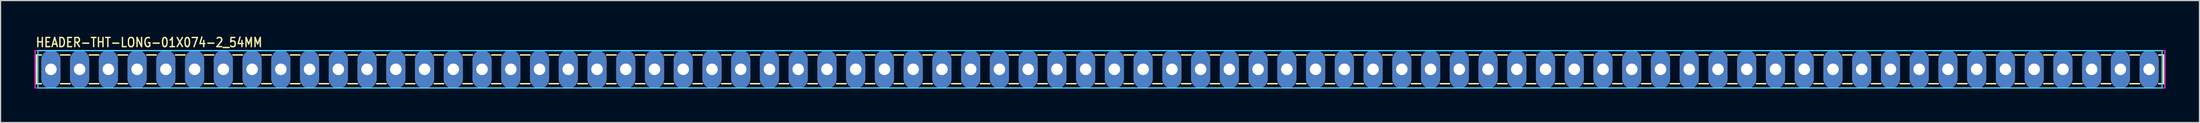
<source format=kicad_pcb>
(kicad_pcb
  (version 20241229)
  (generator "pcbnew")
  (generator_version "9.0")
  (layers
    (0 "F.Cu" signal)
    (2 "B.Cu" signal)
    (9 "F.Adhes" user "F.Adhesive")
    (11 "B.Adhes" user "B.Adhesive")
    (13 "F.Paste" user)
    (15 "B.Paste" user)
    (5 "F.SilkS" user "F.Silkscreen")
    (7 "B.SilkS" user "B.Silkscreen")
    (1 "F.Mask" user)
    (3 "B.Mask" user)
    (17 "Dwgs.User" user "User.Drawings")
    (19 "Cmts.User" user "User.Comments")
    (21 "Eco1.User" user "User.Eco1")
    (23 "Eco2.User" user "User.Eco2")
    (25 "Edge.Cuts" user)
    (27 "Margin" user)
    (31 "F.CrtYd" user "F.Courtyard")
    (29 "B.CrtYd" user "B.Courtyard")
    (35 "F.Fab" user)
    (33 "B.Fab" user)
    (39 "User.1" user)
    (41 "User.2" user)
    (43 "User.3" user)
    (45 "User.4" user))
  (footprint "HEADER-THT-LONG-01X074-2_54MM"
    (layer "F.Cu")
    (at 1.447 3.079)
    (property "Reference" "HEADER-THT-LONG-01X074-2_54MM" (at -1.4 -1.9 0) (unlocked yes) (layer "F.SilkS") (effects (font (size 0.813 0.695) (thickness 0.122)) (justify left bottom)))
    (fp_line (start -1.27 -1.27) (end -1.27 1.27) (stroke (width 0.127) (type solid)) (layer "F.SilkS"))
    (fp_line (start -1.27 1.27) (end -0.85 1.27) (stroke (width 0.127) (type solid)) (layer "F.SilkS"))
    (fp_line (start -0.85 -1.27) (end -1.27 -1.27) (stroke (width 0.127) (type solid)) (layer "F.SilkS"))
    (fp_line (start 0.85 -1.27) (end 1.69 -1.27) (stroke (width 0.127) (type solid)) (layer "F.SilkS"))
    (fp_line (start 0.85 1.27) (end 1.69 1.27) (stroke (width 0.127) (type solid)) (layer "F.SilkS"))
    (fp_line (start 3.39 -1.27) (end 4.23 -1.27) (stroke (width 0.127) (type solid)) (layer "F.SilkS"))
    (fp_line (start 3.39 1.27) (end 4.23 1.27) (stroke (width 0.127) (type solid)) (layer "F.SilkS"))
    (fp_line (start 5.93 -1.27) (end 6.77 -1.27) (stroke (width 0.127) (type solid)) (layer "F.SilkS"))
    (fp_line (start 5.93 1.27) (end 6.77 1.27) (stroke (width 0.127) (type solid)) (layer "F.SilkS"))
    (fp_line (start 8.47 -1.27) (end 9.31 -1.27) (stroke (width 0.127) (type solid)) (layer "F.SilkS"))
    (fp_line (start 8.47 1.27) (end 9.31 1.27) (stroke (width 0.127) (type solid)) (layer "F.SilkS"))
    (fp_line (start 11.01 -1.27) (end 11.85 -1.27) (stroke (width 0.127) (type solid)) (layer "F.SilkS"))
    (fp_line (start 11.01 1.27) (end 11.85 1.27) (stroke (width 0.127) (type solid)) (layer "F.SilkS"))
    (fp_line (start 13.55 -1.27) (end 14.39 -1.27) (stroke (width 0.127) (type solid)) (layer "F.SilkS"))
    (fp_line (start 13.55 1.27) (end 14.39 1.27) (stroke (width 0.127) (type solid)) (layer "F.SilkS"))
    (fp_line (start 16.09 -1.27) (end 16.93 -1.27) (stroke (width 0.127) (type solid)) (layer "F.SilkS"))
    (fp_line (start 16.09 1.27) (end 16.93 1.27) (stroke (width 0.127) (type solid)) (layer "F.SilkS"))
    (fp_line (start 18.63 -1.27) (end 19.47 -1.27) (stroke (width 0.127) (type solid)) (layer "F.SilkS"))
    (fp_line (start 18.63 1.27) (end 19.47 1.27) (stroke (width 0.127) (type solid)) (layer "F.SilkS"))
    (fp_line (start 21.17 -1.27) (end 22.01 -1.27) (stroke (width 0.127) (type solid)) (layer "F.SilkS"))
    (fp_line (start 21.17 1.27) (end 22.01 1.27) (stroke (width 0.127) (type solid)) (layer "F.SilkS"))
    (fp_line (start 23.71 -1.27) (end 24.55 -1.27) (stroke (width 0.127) (type solid)) (layer "F.SilkS"))
    (fp_line (start 23.71 1.27) (end 24.55 1.27) (stroke (width 0.127) (type solid)) (layer "F.SilkS"))
    (fp_line (start 26.25 -1.27) (end 27.09 -1.27) (stroke (width 0.127) (type solid)) (layer "F.SilkS"))
    (fp_line (start 26.25 1.27) (end 27.09 1.27) (stroke (width 0.127) (type solid)) (layer "F.SilkS"))
    (fp_line (start 28.79 -1.27) (end 29.63 -1.27) (stroke (width 0.127) (type solid)) (layer "F.SilkS"))
    (fp_line (start 28.79 1.27) (end 29.63 1.27) (stroke (width 0.127) (type solid)) (layer "F.SilkS"))
    (fp_line (start 31.33 -1.27) (end 32.17 -1.27) (stroke (width 0.127) (type solid)) (layer "F.SilkS"))
    (fp_line (start 31.33 1.27) (end 32.17 1.27) (stroke (width 0.127) (type solid)) (layer "F.SilkS"))
    (fp_line (start 33.87 -1.27) (end 34.71 -1.27) (stroke (width 0.127) (type solid)) (layer "F.SilkS"))
    (fp_line (start 33.87 1.27) (end 34.71 1.27) (stroke (width 0.127) (type solid)) (layer "F.SilkS"))
    (fp_line (start 36.41 -1.27) (end 37.25 -1.27) (stroke (width 0.127) (type solid)) (layer "F.SilkS"))
    (fp_line (start 36.41 1.27) (end 37.25 1.27) (stroke (width 0.127) (type solid)) (layer "F.SilkS"))
    (fp_line (start 38.95 -1.27) (end 39.79 -1.27) (stroke (width 0.127) (type solid)) (layer "F.SilkS"))
    (fp_line (start 38.95 1.27) (end 39.79 1.27) (stroke (width 0.127) (type solid)) (layer "F.SilkS"))
    (fp_line (start 41.49 -1.27) (end 42.33 -1.27) (stroke (width 0.127) (type solid)) (layer "F.SilkS"))
    (fp_line (start 41.49 1.27) (end 42.33 1.27) (stroke (width 0.127) (type solid)) (layer "F.SilkS"))
    (fp_line (start 44.03 -1.27) (end 44.87 -1.27) (stroke (width 0.127) (type solid)) (layer "F.SilkS"))
    (fp_line (start 44.03 1.27) (end 44.87 1.27) (stroke (width 0.127) (type solid)) (layer "F.SilkS"))
    (fp_line (start 46.57 -1.27) (end 47.41 -1.27) (stroke (width 0.127) (type solid)) (layer "F.SilkS"))
    (fp_line (start 46.57 1.27) (end 47.41 1.27) (stroke (width 0.127) (type solid)) (layer "F.SilkS"))
    (fp_line (start 49.11 -1.27) (end 49.95 -1.27) (stroke (width 0.127) (type solid)) (layer "F.SilkS"))
    (fp_line (start 49.11 1.27) (end 49.95 1.27) (stroke (width 0.127) (type solid)) (layer "F.SilkS"))
    (fp_line (start 51.65 -1.27) (end 52.49 -1.27) (stroke (width 0.127) (type solid)) (layer "F.SilkS"))
    (fp_line (start 51.65 1.27) (end 52.49 1.27) (stroke (width 0.127) (type solid)) (layer "F.SilkS"))
    (fp_line (start 54.19 -1.27) (end 55.03 -1.27) (stroke (width 0.127) (type solid)) (layer "F.SilkS"))
    (fp_line (start 54.19 1.27) (end 55.03 1.27) (stroke (width 0.127) (type solid)) (layer "F.SilkS"))
    (fp_line (start 56.73 -1.27) (end 57.57 -1.27) (stroke (width 0.127) (type solid)) (layer "F.SilkS"))
    (fp_line (start 56.73 1.27) (end 57.57 1.27) (stroke (width 0.127) (type solid)) (layer "F.SilkS"))
    (fp_line (start 59.27 -1.27) (end 60.11 -1.27) (stroke (width 0.127) (type solid)) (layer "F.SilkS"))
    (fp_line (start 59.27 1.27) (end 60.11 1.27) (stroke (width 0.127) (type solid)) (layer "F.SilkS"))
    (fp_line (start 61.81 -1.27) (end 62.65 -1.27) (stroke (width 0.127) (type solid)) (layer "F.SilkS"))
    (fp_line (start 61.81 1.27) (end 62.65 1.27) (stroke (width 0.127) (type solid)) (layer "F.SilkS"))
    (fp_line (start 64.35 -1.27) (end 65.19 -1.27) (stroke (width 0.127) (type solid)) (layer "F.SilkS"))
    (fp_line (start 64.35 1.27) (end 65.19 1.27) (stroke (width 0.127) (type solid)) (layer "F.SilkS"))
    (fp_line (start 66.89 -1.27) (end 67.73 -1.27) (stroke (width 0.127) (type solid)) (layer "F.SilkS"))
    (fp_line (start 66.89 1.27) (end 67.73 1.27) (stroke (width 0.127) (type solid)) (layer "F.SilkS"))
    (fp_line (start 69.43 -1.27) (end 70.27 -1.27) (stroke (width 0.127) (type solid)) (layer "F.SilkS"))
    (fp_line (start 69.43 1.27) (end 70.27 1.27) (stroke (width 0.127) (type solid)) (layer "F.SilkS"))
    (fp_line (start 71.97 -1.27) (end 72.81 -1.27) (stroke (width 0.127) (type solid)) (layer "F.SilkS"))
    (fp_line (start 71.97 1.27) (end 72.81 1.27) (stroke (width 0.127) (type solid)) (layer "F.SilkS"))
    (fp_line (start 74.51 -1.27) (end 75.35 -1.27) (stroke (width 0.127) (type solid)) (layer "F.SilkS"))
    (fp_line (start 74.51 1.27) (end 75.35 1.27) (stroke (width 0.127) (type solid)) (layer "F.SilkS"))
    (fp_line (start 77.05 -1.27) (end 77.89 -1.27) (stroke (width 0.127) (type solid)) (layer "F.SilkS"))
    (fp_line (start 77.05 1.27) (end 77.89 1.27) (stroke (width 0.127) (type solid)) (layer "F.SilkS"))
    (fp_line (start 79.59 -1.27) (end 80.43 -1.27) (stroke (width 0.127) (type solid)) (layer "F.SilkS"))
    (fp_line (start 79.59 1.27) (end 80.43 1.27) (stroke (width 0.127) (type solid)) (layer "F.SilkS"))
    (fp_line (start 82.13 -1.27) (end 82.97 -1.27) (stroke (width 0.127) (type solid)) (layer "F.SilkS"))
    (fp_line (start 82.13 1.27) (end 82.97 1.27) (stroke (width 0.127) (type solid)) (layer "F.SilkS"))
    (fp_line (start 84.67 -1.27) (end 85.51 -1.27) (stroke (width 0.127) (type solid)) (layer "F.SilkS"))
    (fp_line (start 84.67 1.27) (end 85.51 1.27) (stroke (width 0.127) (type solid)) (layer "F.SilkS"))
    (fp_line (start 87.21 -1.27) (end 88.05 -1.27) (stroke (width 0.127) (type solid)) (layer "F.SilkS"))
    (fp_line (start 87.21 1.27) (end 88.05 1.27) (stroke (width 0.127) (type solid)) (layer "F.SilkS"))
    (fp_line (start 89.75 -1.27) (end 90.59 -1.27) (stroke (width 0.127) (type solid)) (layer "F.SilkS"))
    (fp_line (start 89.75 1.27) (end 90.59 1.27) (stroke (width 0.127) (type solid)) (layer "F.SilkS"))
    (fp_line (start 92.29 -1.27) (end 93.13 -1.27) (stroke (width 0.127) (type solid)) (layer "F.SilkS"))
    (fp_line (start 92.29 1.27) (end 93.13 1.27) (stroke (width 0.127) (type solid)) (layer "F.SilkS"))
    (fp_line (start 94.83 -1.27) (end 95.67 -1.27) (stroke (width 0.127) (type solid)) (layer "F.SilkS"))
    (fp_line (start 94.83 1.27) (end 95.67 1.27) (stroke (width 0.127) (type solid)) (layer "F.SilkS"))
    (fp_line (start 97.37 -1.27) (end 98.21 -1.27) (stroke (width 0.127) (type solid)) (layer "F.SilkS"))
    (fp_line (start 97.37 1.27) (end 98.21 1.27) (stroke (width 0.127) (type solid)) (layer "F.SilkS"))
    (fp_line (start 99.91 -1.27) (end 100.75 -1.27) (stroke (width 0.127) (type solid)) (layer "F.SilkS"))
    (fp_line (start 99.91 1.27) (end 100.75 1.27) (stroke (width 0.127) (type solid)) (layer "F.SilkS"))
    (fp_line (start 102.45 -1.27) (end 103.29 -1.27) (stroke (width 0.127) (type solid)) (layer "F.SilkS"))
    (fp_line (start 102.45 1.27) (end 103.29 1.27) (stroke (width 0.127) (type solid)) (layer "F.SilkS"))
    (fp_line (start 104.99 -1.27) (end 105.83 -1.27) (stroke (width 0.127) (type solid)) (layer "F.SilkS"))
    (fp_line (start 104.99 1.27) (end 105.83 1.27) (stroke (width 0.127) (type solid)) (layer "F.SilkS"))
    (fp_line (start 107.53 -1.27) (end 108.37 -1.27) (stroke (width 0.127) (type solid)) (layer "F.SilkS"))
    (fp_line (start 107.53 1.27) (end 108.37 1.27) (stroke (width 0.127) (type solid)) (layer "F.SilkS"))
    (fp_line (start 110.07 -1.27) (end 110.91 -1.27) (stroke (width 0.127) (type solid)) (layer "F.SilkS"))
    (fp_line (start 110.07 1.27) (end 110.91 1.27) (stroke (width 0.127) (type solid)) (layer "F.SilkS"))
    (fp_line (start 112.61 -1.27) (end 113.45 -1.27) (stroke (width 0.127) (type solid)) (layer "F.SilkS"))
    (fp_line (start 112.61 1.27) (end 113.45 1.27) (stroke (width 0.127) (type solid)) (layer "F.SilkS"))
    (fp_line (start 115.15 -1.27) (end 115.99 -1.27) (stroke (width 0.127) (type solid)) (layer "F.SilkS"))
    (fp_line (start 115.15 1.27) (end 115.99 1.27) (stroke (width 0.127) (type solid)) (layer "F.SilkS"))
    (fp_line (start 117.69 -1.27) (end 118.53 -1.27) (stroke (width 0.127) (type solid)) (layer "F.SilkS"))
    (fp_line (start 117.69 1.27) (end 118.53 1.27) (stroke (width 0.127) (type solid)) (layer "F.SilkS"))
    (fp_line (start 120.23 -1.27) (end 121.07 -1.27) (stroke (width 0.127) (type solid)) (layer "F.SilkS"))
    (fp_line (start 120.23 1.27) (end 121.07 1.27) (stroke (width 0.127) (type solid)) (layer "F.SilkS"))
    (fp_line (start 122.77 -1.27) (end 123.61 -1.27) (stroke (width 0.127) (type solid)) (layer "F.SilkS"))
    (fp_line (start 122.77 1.27) (end 123.61 1.27) (stroke (width 0.127) (type solid)) (layer "F.SilkS"))
    (fp_line (start 125.31 -1.27) (end 126.15 -1.27) (stroke (width 0.127) (type solid)) (layer "F.SilkS"))
    (fp_line (start 125.31 1.27) (end 126.15 1.27) (stroke (width 0.127) (type solid)) (layer "F.SilkS"))
    (fp_line (start 127.85 -1.27) (end 128.69 -1.27) (stroke (width 0.127) (type solid)) (layer "F.SilkS"))
    (fp_line (start 127.85 1.27) (end 128.69 1.27) (stroke (width 0.127) (type solid)) (layer "F.SilkS"))
    (fp_line (start 130.39 -1.27) (end 131.23 -1.27) (stroke (width 0.127) (type solid)) (layer "F.SilkS"))
    (fp_line (start 130.39 1.27) (end 131.23 1.27) (stroke (width 0.127) (type solid)) (layer "F.SilkS"))
    (fp_line (start 132.93 -1.27) (end 133.77 -1.27) (stroke (width 0.127) (type solid)) (layer "F.SilkS"))
    (fp_line (start 132.93 1.27) (end 133.77 1.27) (stroke (width 0.127) (type solid)) (layer "F.SilkS"))
    (fp_line (start 135.47 -1.27) (end 136.31 -1.27) (stroke (width 0.127) (type solid)) (layer "F.SilkS"))
    (fp_line (start 135.47 1.27) (end 136.31 1.27) (stroke (width 0.127) (type solid)) (layer "F.SilkS"))
    (fp_line (start 138.01 -1.27) (end 138.85 -1.27) (stroke (width 0.127) (type solid)) (layer "F.SilkS"))
    (fp_line (start 138.01 1.27) (end 138.85 1.27) (stroke (width 0.127) (type solid)) (layer "F.SilkS"))
    (fp_line (start 140.55 -1.27) (end 141.39 -1.27) (stroke (width 0.127) (type solid)) (layer "F.SilkS"))
    (fp_line (start 140.55 1.27) (end 141.39 1.27) (stroke (width 0.127) (type solid)) (layer "F.SilkS"))
    (fp_line (start 143.09 -1.27) (end 143.93 -1.27) (stroke (width 0.127) (type solid)) (layer "F.SilkS"))
    (fp_line (start 143.09 1.27) (end 143.93 1.27) (stroke (width 0.127) (type solid)) (layer "F.SilkS"))
    (fp_line (start 145.63 -1.27) (end 146.47 -1.27) (stroke (width 0.127) (type solid)) (layer "F.SilkS"))
    (fp_line (start 145.63 1.27) (end 146.47 1.27) (stroke (width 0.127) (type solid)) (layer "F.SilkS"))
    (fp_line (start 148.17 -1.27) (end 149.01 -1.27) (stroke (width 0.127) (type solid)) (layer "F.SilkS"))
    (fp_line (start 148.17 1.27) (end 149.01 1.27) (stroke (width 0.127) (type solid)) (layer "F.SilkS"))
    (fp_line (start 150.71 -1.27) (end 151.55 -1.27) (stroke (width 0.127) (type solid)) (layer "F.SilkS"))
    (fp_line (start 150.71 1.27) (end 151.55 1.27) (stroke (width 0.127) (type solid)) (layer "F.SilkS"))
    (fp_line (start 153.25 -1.27) (end 154.09 -1.27) (stroke (width 0.127) (type solid)) (layer "F.SilkS"))
    (fp_line (start 153.25 1.27) (end 154.09 1.27) (stroke (width 0.127) (type solid)) (layer "F.SilkS"))
    (fp_line (start 155.79 -1.27) (end 156.63 -1.27) (stroke (width 0.127) (type solid)) (layer "F.SilkS"))
    (fp_line (start 155.79 1.27) (end 156.63 1.27) (stroke (width 0.127) (type solid)) (layer "F.SilkS"))
    (fp_line (start 158.33 -1.27) (end 159.17 -1.27) (stroke (width 0.127) (type solid)) (layer "F.SilkS"))
    (fp_line (start 158.33 1.27) (end 159.17 1.27) (stroke (width 0.127) (type solid)) (layer "F.SilkS"))
    (fp_line (start 160.87 -1.27) (end 161.71 -1.27) (stroke (width 0.127) (type solid)) (layer "F.SilkS"))
    (fp_line (start 160.87 1.27) (end 161.71 1.27) (stroke (width 0.127) (type solid)) (layer "F.SilkS"))
    (fp_line (start 163.41 -1.27) (end 164.25 -1.27) (stroke (width 0.127) (type solid)) (layer "F.SilkS"))
    (fp_line (start 163.41 1.27) (end 164.25 1.27) (stroke (width 0.127) (type solid)) (layer "F.SilkS"))
    (fp_line (start 165.95 -1.27) (end 166.79 -1.27) (stroke (width 0.127) (type solid)) (layer "F.SilkS"))
    (fp_line (start 165.95 1.27) (end 166.79 1.27) (stroke (width 0.127) (type solid)) (layer "F.SilkS"))
    (fp_line (start 168.49 -1.27) (end 169.33 -1.27) (stroke (width 0.127) (type solid)) (layer "F.SilkS"))
    (fp_line (start 168.49 1.27) (end 169.33 1.27) (stroke (width 0.127) (type solid)) (layer "F.SilkS"))
    (fp_line (start 171.03 -1.27) (end 171.87 -1.27) (stroke (width 0.127) (type solid)) (layer "F.SilkS"))
    (fp_line (start 171.03 1.27) (end 171.87 1.27) (stroke (width 0.127) (type solid)) (layer "F.SilkS"))
    (fp_line (start 173.57 -1.27) (end 174.41 -1.27) (stroke (width 0.127) (type solid)) (layer "F.SilkS"))
    (fp_line (start 173.57 1.27) (end 174.41 1.27) (stroke (width 0.127) (type solid)) (layer "F.SilkS"))
    (fp_line (start 176.11 -1.27) (end 176.95 -1.27) (stroke (width 0.127) (type solid)) (layer "F.SilkS"))
    (fp_line (start 176.11 1.27) (end 176.95 1.27) (stroke (width 0.127) (type solid)) (layer "F.SilkS"))
    (fp_line (start 178.65 -1.27) (end 179.49 -1.27) (stroke (width 0.127) (type solid)) (layer "F.SilkS"))
    (fp_line (start 178.65 1.27) (end 179.49 1.27) (stroke (width 0.127) (type solid)) (layer "F.SilkS"))
    (fp_line (start 181.19 -1.27) (end 182.03 -1.27) (stroke (width 0.127) (type solid)) (layer "F.SilkS"))
    (fp_line (start 181.19 1.27) (end 182.03 1.27) (stroke (width 0.127) (type solid)) (layer "F.SilkS"))
    (fp_line (start 183.73 -1.27) (end 184.57 -1.27) (stroke (width 0.127) (type solid)) (layer "F.SilkS"))
    (fp_line (start 183.73 1.27) (end 184.57 1.27) (stroke (width 0.127) (type solid)) (layer "F.SilkS"))
    (fp_line (start 186.27 -1.27) (end 186.69 -1.27) (stroke (width 0.127) (type solid)) (layer "F.SilkS"))
    (fp_line (start 186.69 -1.27) (end 186.69 1.27) (stroke (width 0.127) (type solid)) (layer "F.SilkS"))
    (fp_line (start 186.69 1.27) (end 186.27 1.27) (stroke (width 0.127) (type solid)) (layer "F.SilkS"))
    (fp_poly (pts (xy -1.143 -1.651) (xy 186.563 -1.651) (xy 186.563 1.651) (xy -1.143 1.651)) (stroke (width 0.1) (type solid)) (fill no) (layer "B.CrtYd"))
    (fp_poly (pts (xy -1.397 -1.651) (xy 186.817 -1.651) (xy 186.817 1.651) (xy -1.397 1.651)) (stroke (width 0.1) (type solid)) (fill no) (layer "F.CrtYd"))
    (pad "P$1" thru_hole oval (at 0 0 90) (size 3.387 1.693) (drill 1.016) (layers "*.Cu" "*.Mask"))
    (pad "P$2" thru_hole oval (at 2.54 0 90) (size 3.387 1.693) (drill 1.016) (layers "*.Cu" "*.Mask"))
    (pad "P$3" thru_hole oval (at 5.08 0 90) (size 3.387 1.693) (drill 1.016) (layers "*.Cu" "*.Mask"))
    (pad "P$4" thru_hole oval (at 7.62 0 90) (size 3.387 1.693) (drill 1.016) (layers "*.Cu" "*.Mask"))
    (pad "P$5" thru_hole oval (at 10.16 0 90) (size 3.387 1.693) (drill 1.016) (layers "*.Cu" "*.Mask"))
    (pad "P$6" thru_hole oval (at 12.7 0 90) (size 3.387 1.693) (drill 1.016) (layers "*.Cu" "*.Mask"))
    (pad "P$7" thru_hole oval (at 15.24 0 90) (size 3.387 1.693) (drill 1.016) (layers "*.Cu" "*.Mask"))
    (pad "P$8" thru_hole oval (at 17.78 0 90) (size 3.387 1.693) (drill 1.016) (layers "*.Cu" "*.Mask"))
    (pad "P$9" thru_hole oval (at 20.32 0 90) (size 3.387 1.693) (drill 1.016) (layers "*.Cu" "*.Mask"))
    (pad "P$10" thru_hole oval (at 22.86 0 90) (size 3.387 1.693) (drill 1.016) (layers "*.Cu" "*.Mask"))
    (pad "P$11" thru_hole oval (at 25.4 0 90) (size 3.387 1.693) (drill 1.016) (layers "*.Cu" "*.Mask"))
    (pad "P$12" thru_hole oval (at 27.94 0 90) (size 3.387 1.693) (drill 1.016) (layers "*.Cu" "*.Mask"))
    (pad "P$13" thru_hole oval (at 30.48 0 90) (size 3.387 1.693) (drill 1.016) (layers "*.Cu" "*.Mask"))
    (pad "P$14" thru_hole oval (at 33.02 0 90) (size 3.387 1.693) (drill 1.016) (layers "*.Cu" "*.Mask"))
    (pad "P$15" thru_hole oval (at 35.56 0 90) (size 3.387 1.693) (drill 1.016) (layers "*.Cu" "*.Mask"))
    (pad "P$16" thru_hole oval (at 38.1 0 90) (size 3.387 1.693) (drill 1.016) (layers "*.Cu" "*.Mask"))
    (pad "P$17" thru_hole oval (at 40.64 0 90) (size 3.387 1.693) (drill 1.016) (layers "*.Cu" "*.Mask"))
    (pad "P$18" thru_hole oval (at 43.18 0 90) (size 3.387 1.693) (drill 1.016) (layers "*.Cu" "*.Mask"))
    (pad "P$19" thru_hole oval (at 45.72 0 90) (size 3.387 1.693) (drill 1.016) (layers "*.Cu" "*.Mask"))
    (pad "P$20" thru_hole oval (at 48.26 0 90) (size 3.387 1.693) (drill 1.016) (layers "*.Cu" "*.Mask"))
    (pad "P$21" thru_hole oval (at 50.8 0 90) (size 3.387 1.693) (drill 1.016) (layers "*.Cu" "*.Mask"))
    (pad "P$22" thru_hole oval (at 53.34 0 90) (size 3.387 1.693) (drill 1.016) (layers "*.Cu" "*.Mask"))
    (pad "P$23" thru_hole oval (at 55.88 0 90) (size 3.387 1.693) (drill 1.016) (layers "*.Cu" "*.Mask"))
    (pad "P$24" thru_hole oval (at 58.42 0 90) (size 3.387 1.693) (drill 1.016) (layers "*.Cu" "*.Mask"))
    (pad "P$25" thru_hole oval (at 60.96 0 90) (size 3.387 1.693) (drill 1.016) (layers "*.Cu" "*.Mask"))
    (pad "P$26" thru_hole oval (at 63.5 0 90) (size 3.387 1.693) (drill 1.016) (layers "*.Cu" "*.Mask"))
    (pad "P$27" thru_hole oval (at 66.04 0 90) (size 3.387 1.693) (drill 1.016) (layers "*.Cu" "*.Mask"))
    (pad "P$28" thru_hole oval (at 68.58 0 90) (size 3.387 1.693) (drill 1.016) (layers "*.Cu" "*.Mask"))
    (pad "P$29" thru_hole oval (at 71.12 0 90) (size 3.387 1.693) (drill 1.016) (layers "*.Cu" "*.Mask"))
    (pad "P$30" thru_hole oval (at 73.66 0 90) (size 3.387 1.693) (drill 1.016) (layers "*.Cu" "*.Mask"))
    (pad "P$31" thru_hole oval (at 76.2 0 90) (size 3.387 1.693) (drill 1.016) (layers "*.Cu" "*.Mask"))
    (pad "P$32" thru_hole oval (at 78.74 0 90) (size 3.387 1.693) (drill 1.016) (layers "*.Cu" "*.Mask"))
    (pad "P$33" thru_hole oval (at 81.28 0 90) (size 3.387 1.693) (drill 1.016) (layers "*.Cu" "*.Mask"))
    (pad "P$34" thru_hole oval (at 83.82 0 90) (size 3.387 1.693) (drill 1.016) (layers "*.Cu" "*.Mask"))
    (pad "P$35" thru_hole oval (at 86.36 0 90) (size 3.387 1.693) (drill 1.016) (layers "*.Cu" "*.Mask"))
    (pad "P$36" thru_hole oval (at 88.9 0 90) (size 3.387 1.693) (drill 1.016) (layers "*.Cu" "*.Mask"))
    (pad "P$37" thru_hole oval (at 91.44 0 90) (size 3.387 1.693) (drill 1.016) (layers "*.Cu" "*.Mask"))
    (pad "P$38" thru_hole oval (at 93.98 0 90) (size 3.387 1.693) (drill 1.016) (layers "*.Cu" "*.Mask"))
    (pad "P$39" thru_hole oval (at 96.52 0 90) (size 3.387 1.693) (drill 1.016) (layers "*.Cu" "*.Mask"))
    (pad "P$40" thru_hole oval (at 99.06 0 90) (size 3.387 1.693) (drill 1.016) (layers "*.Cu" "*.Mask"))
    (pad "P$41" thru_hole oval (at 101.6 0 90) (size 3.387 1.693) (drill 1.016) (layers "*.Cu" "*.Mask"))
    (pad "P$42" thru_hole oval (at 104.14 0 90) (size 3.387 1.693) (drill 1.016) (layers "*.Cu" "*.Mask"))
    (pad "P$43" thru_hole oval (at 106.68 0 90) (size 3.387 1.693) (drill 1.016) (layers "*.Cu" "*.Mask"))
    (pad "P$44" thru_hole oval (at 109.22 0 90) (size 3.387 1.693) (drill 1.016) (layers "*.Cu" "*.Mask"))
    (pad "P$45" thru_hole oval (at 111.76 0 90) (size 3.387 1.693) (drill 1.016) (layers "*.Cu" "*.Mask"))
    (pad "P$46" thru_hole oval (at 114.3 0 90) (size 3.387 1.693) (drill 1.016) (layers "*.Cu" "*.Mask"))
    (pad "P$47" thru_hole oval (at 116.84 0 90) (size 3.387 1.693) (drill 1.016) (layers "*.Cu" "*.Mask"))
    (pad "P$48" thru_hole oval (at 119.38 0 90) (size 3.387 1.693) (drill 1.016) (layers "*.Cu" "*.Mask"))
    (pad "P$49" thru_hole oval (at 121.92 0 90) (size 3.387 1.693) (drill 1.016) (layers "*.Cu" "*.Mask"))
    (pad "P$50" thru_hole oval (at 124.46 0 90) (size 3.387 1.693) (drill 1.016) (layers "*.Cu" "*.Mask"))
    (pad "P$51" thru_hole oval (at 127 0 90) (size 3.387 1.693) (drill 1.016) (layers "*.Cu" "*.Mask"))
    (pad "P$52" thru_hole oval (at 129.54 0 90) (size 3.387 1.693) (drill 1.016) (layers "*.Cu" "*.Mask"))
    (pad "P$53" thru_hole oval (at 132.08 0 90) (size 3.387 1.693) (drill 1.016) (layers "*.Cu" "*.Mask"))
    (pad "P$54" thru_hole oval (at 134.62 0 90) (size 3.387 1.693) (drill 1.016) (layers "*.Cu" "*.Mask"))
    (pad "P$55" thru_hole oval (at 137.16 0 90) (size 3.387 1.693) (drill 1.016) (layers "*.Cu" "*.Mask"))
    (pad "P$56" thru_hole oval (at 139.7 0 90) (size 3.387 1.693) (drill 1.016) (layers "*.Cu" "*.Mask"))
    (pad "P$57" thru_hole oval (at 142.24 0 90) (size 3.387 1.693) (drill 1.016) (layers "*.Cu" "*.Mask"))
    (pad "P$58" thru_hole oval (at 144.78 0 90) (size 3.387 1.693) (drill 1.016) (layers "*.Cu" "*.Mask"))
    (pad "P$59" thru_hole oval (at 147.32 0 90) (size 3.387 1.693) (drill 1.016) (layers "*.Cu" "*.Mask"))
    (pad "P$60" thru_hole oval (at 149.86 0 90) (size 3.387 1.693) (drill 1.016) (layers "*.Cu" "*.Mask"))
    (pad "P$61" thru_hole oval (at 152.4 0 90) (size 3.387 1.693) (drill 1.016) (layers "*.Cu" "*.Mask"))
    (pad "P$62" thru_hole oval (at 154.94 0 90) (size 3.387 1.693) (drill 1.016) (layers "*.Cu" "*.Mask"))
    (pad "P$63" thru_hole oval (at 157.48 0 90) (size 3.387 1.693) (drill 1.016) (layers "*.Cu" "*.Mask"))
    (pad "P$64" thru_hole oval (at 160.02 0 90) (size 3.387 1.693) (drill 1.016) (layers "*.Cu" "*.Mask"))
    (pad "P$65" thru_hole oval (at 162.56 0 90) (size 3.387 1.693) (drill 1.016) (layers "*.Cu" "*.Mask"))
    (pad "P$66" thru_hole oval (at 165.1 0 90) (size 3.387 1.693) (drill 1.016) (layers "*.Cu" "*.Mask"))
    (pad "P$67" thru_hole oval (at 167.64 0 90) (size 3.387 1.693) (drill 1.016) (layers "*.Cu" "*.Mask"))
    (pad "P$68" thru_hole oval (at 170.18 0 90) (size 3.387 1.693) (drill 1.016) (layers "*.Cu" "*.Mask"))
    (pad "P$69" thru_hole oval (at 172.72 0 90) (size 3.387 1.693) (drill 1.016) (layers "*.Cu" "*.Mask"))
    (pad "P$70" thru_hole oval (at 175.26 0 90) (size 3.387 1.693) (drill 1.016) (layers "*.Cu" "*.Mask"))
    (pad "P$71" thru_hole oval (at 177.8 0 90) (size 3.387 1.693) (drill 1.016) (layers "*.Cu" "*.Mask"))
    (pad "P$72" thru_hole oval (at 180.34 0 90) (size 3.387 1.693) (drill 1.016) (layers "*.Cu" "*.Mask"))
    (pad "P$73" thru_hole oval (at 182.88 0 90) (size 3.387 1.693) (drill 1.016) (layers "*.Cu" "*.Mask"))
    (pad "P$74" thru_hole oval (at 185.42 0 90) (size 3.387 1.693) (drill 1.016) (layers "*.Cu" "*.Mask")))
  (gr_rect
    (start -3 -3)
    (end 191.314 7.78)
    (stroke (width 0.1) (type default))
    (fill no)
    (layer "Edge.Cuts")))
</source>
